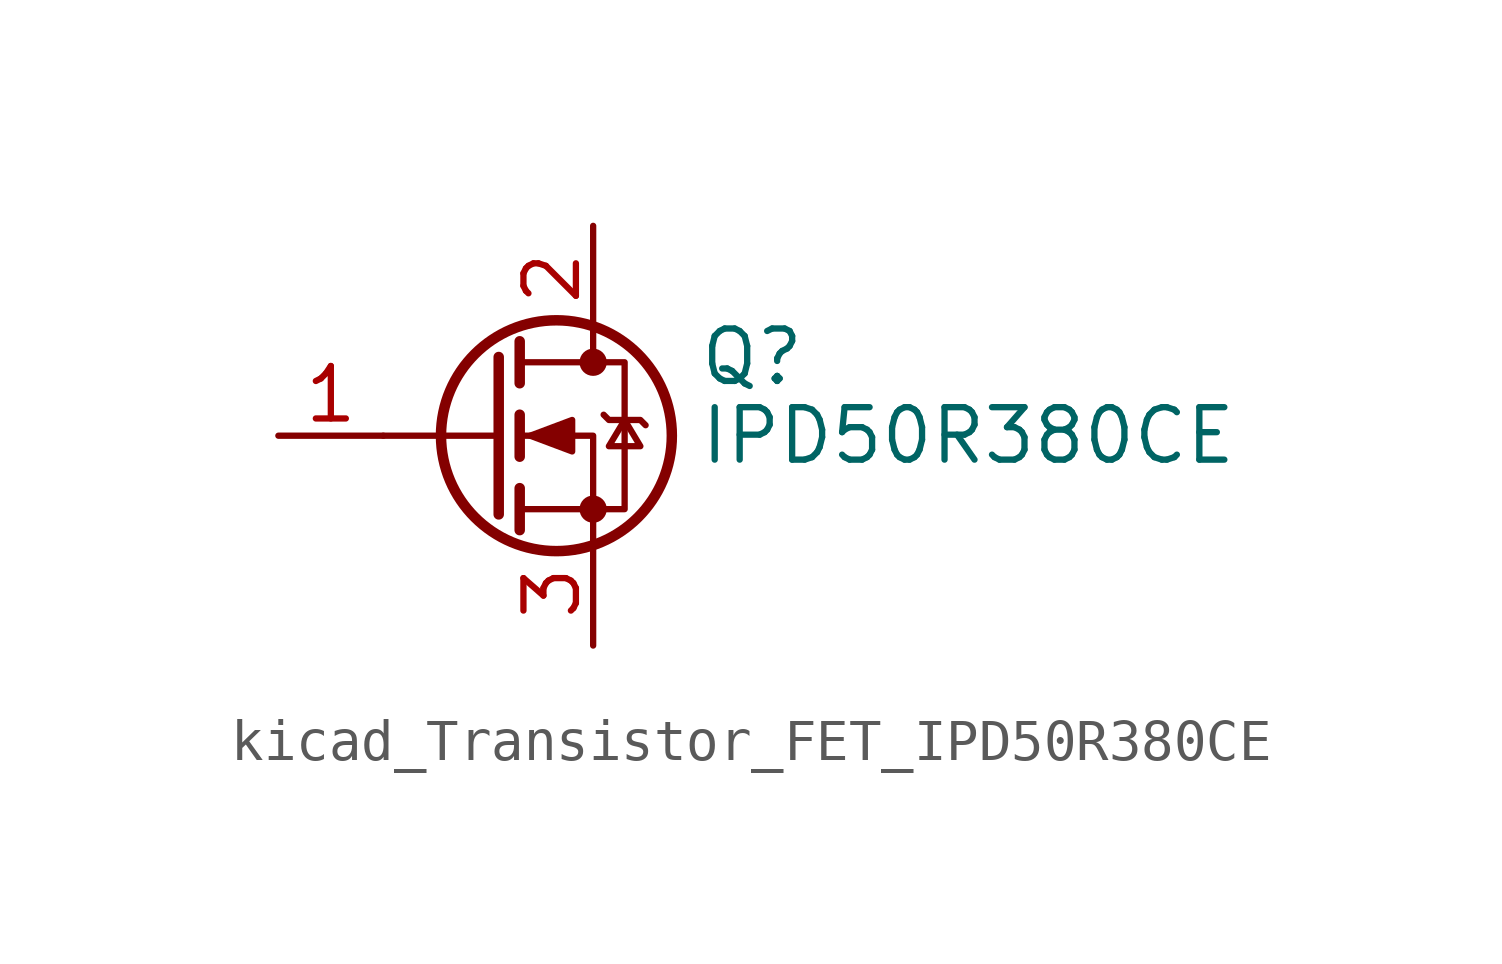
<source format=kicad_sym>
(kicad_symbol_lib
  (version 20220914)
  (generator kicad_symbol_editor)
  (symbol "kicad_Transistor_FET_IPD50R380CE"
    (pin_names hide)
    (property "Reference" "Q"
      (at 5.08 1.905 0)
      (effects (font (size 1.27 1.27)) (justify left)))
    (property "Value" "IPD50R380CE"
      (at 5.08 0 0)
      (effects (font (size 1.27 1.27)) (justify left)))
    (symbol "kicad_Transistor_FET_IPD50R380CE_0_1"
      (polyline (pts (xy 0.254 0) (xy -2.54 0)) (stroke (width 0) (type default)) (fill (type none)))
      (polyline (pts (xy 0.254 1.905) (xy 0.254 -1.905)) (stroke (width 0.254) (type default)) (fill (type none)))
      (polyline (pts (xy 0.762 -1.27) (xy 0.762 -2.286)) (stroke (width 0.254) (type default)) (fill (type none)))
      (polyline (pts (xy 0.762 0.508) (xy 0.762 -0.508)) (stroke (width 0.254) (type default)) (fill (type none)))
      (polyline (pts (xy 0.762 2.286) (xy 0.762 1.27)) (stroke (width 0.254) (type default)) (fill (type none)))
      (polyline (pts (xy 2.54 2.54) (xy 2.54 1.778)) (stroke (width 0) (type default)) (fill (type none)))
      (polyline (pts (xy 2.54 -2.54) (xy 2.54 0) (xy 0.762 0)) (stroke (width 0) (type default)) (fill (type none)))
      (polyline (pts (xy 0.762 -1.778) (xy 3.302 -1.778) (xy 3.302 1.778) (xy 0.762 1.778)) (stroke (width 0) (type default)) (fill (type none)))
      (polyline (pts (xy 1.016 0) (xy 2.032 0.381) (xy 2.032 -0.381) (xy 1.016 0)) (stroke (width 0) (type default)) (fill (type outline)))
      (polyline (pts (xy 2.794 0.508) (xy 2.921 0.381) (xy 3.683 0.381) (xy 3.81 0.254)) (stroke (width 0) (type default)) (fill (type none)))
      (polyline (pts (xy 3.302 0.381) (xy 2.921 -0.254) (xy 3.683 -0.254) (xy 3.302 0.381)) (stroke (width 0) (type default)) (fill (type none)))
      (circle (center 1.651 0) (radius 2.794) (stroke (width 0.254) (type default)) (fill (type none)))
      (circle (center 2.54 -1.778) (radius 0.254) (stroke (width 0) (type default)) (fill (type outline)))
      (circle (center 2.54 1.778) (radius 0.254) (stroke (width 0) (type default)) (fill (type outline))))
    (symbol "kicad_Transistor_FET_IPD50R380CE_1_1"
      (pin input line (at -5.08 0 0) (length 2.54) (name "G" (effects (font (size 1.27 1.27)))) (number "1" (effects (font (size 1.27 1.27)))))
      (pin passive line (at 2.54 5.08 270) (length 2.54) (name "D" (effects (font (size 1.27 1.27)))) (number "2" (effects (font (size 1.27 1.27)))))
      (pin passive line (at 2.54 -5.08 90) (length 2.54) (name "S" (effects (font (size 1.27 1.27)))) (number "3" (effects (font (size 1.27 1.27))))))))
</source>
